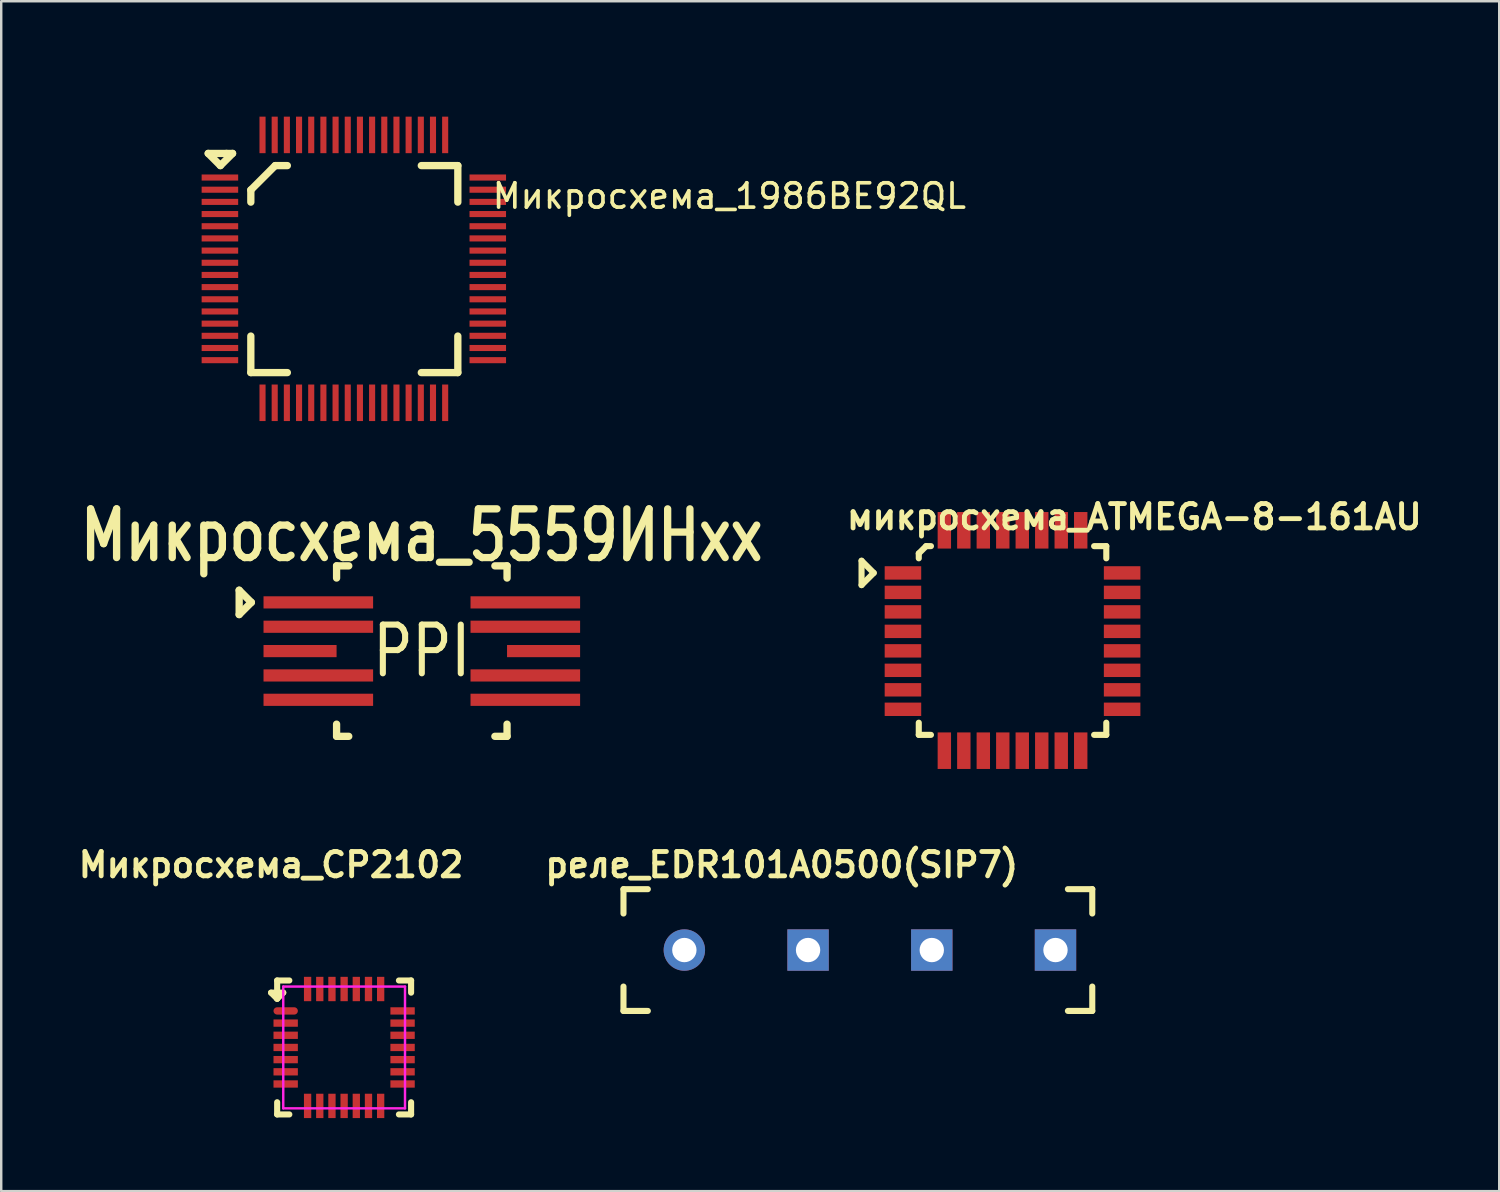
<source format=kicad_pcb>
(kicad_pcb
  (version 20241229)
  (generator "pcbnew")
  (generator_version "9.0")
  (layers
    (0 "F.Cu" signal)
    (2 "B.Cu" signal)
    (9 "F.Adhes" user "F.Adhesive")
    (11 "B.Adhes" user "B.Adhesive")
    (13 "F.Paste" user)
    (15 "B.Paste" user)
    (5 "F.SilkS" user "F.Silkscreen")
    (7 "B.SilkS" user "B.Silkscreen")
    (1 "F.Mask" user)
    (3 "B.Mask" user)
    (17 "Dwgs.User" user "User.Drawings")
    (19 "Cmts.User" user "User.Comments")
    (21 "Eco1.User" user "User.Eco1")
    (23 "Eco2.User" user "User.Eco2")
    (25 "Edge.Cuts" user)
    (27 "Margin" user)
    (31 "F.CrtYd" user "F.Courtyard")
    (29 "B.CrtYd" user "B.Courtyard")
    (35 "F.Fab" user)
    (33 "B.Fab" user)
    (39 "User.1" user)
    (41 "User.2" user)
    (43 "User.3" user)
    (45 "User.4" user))
  (footprint "Микросхема_5559ИНхх"
    (layer "F.Cu")
    (at 12.271 27.186)
    (property "Reference" "Микросхема_5559ИНхх" (at 2 -8.25 180) (layer "F.SilkS") (effects (font (size 2 1.6) (thickness 0.3))))
    (attr through_hole)
    (fp_line (start -5.5 -6) (end -5.5 -5) (stroke (width 0.3) (type solid)) (layer "F.SilkS"))
    (fp_line (start -5 -5.5) (end -5.5 -6) (stroke (width 0.3) (type solid)) (layer "F.SilkS"))
    (fp_line (start -5 -5.5) (end -5.5 -5) (stroke (width 0.3) (type solid)) (layer "F.SilkS"))
    (fp_line (start -1.5 -7) (end -1 -7) (stroke (width 0.3) (type solid)) (layer "F.SilkS"))
    (fp_line (start -1.5 -6.5) (end -1.5 -7) (stroke (width 0.3) (type solid)) (layer "F.SilkS"))
    (fp_line (start -1.5 -0.5) (end -1.5 0) (stroke (width 0.3) (type solid)) (layer "F.SilkS"))
    (fp_line (start -1.5 0) (end -1 0) (stroke (width 0.3) (type solid)) (layer "F.SilkS"))
    (fp_line (start 5 -7) (end 5.5 -7) (stroke (width 0.3) (type solid)) (layer "F.SilkS"))
    (fp_line (start 5.5 -7) (end 5.5 -6.5) (stroke (width 0.3) (type solid)) (layer "F.SilkS"))
    (fp_line (start 5.5 -0.5) (end 5.5 0) (stroke (width 0.3) (type solid)) (layer "F.SilkS"))
    (fp_line (start 5.5 0) (end 5 0) (stroke (width 0.3) (type solid)) (layer "F.SilkS"))
    (fp_text user "PPI" (at 2 -3.5 0) (layer "F.SilkS") (effects (font (size 2 1.6) (thickness 0.25))))
    (pad "" smd rect (at -3 -3.5) (size 3 0.5) (layers "F.Cu" "F.Mask" "F.Paste"))
    (pad "" smd rect (at 7 -3.5) (size 3 0.5) (layers "F.Cu" "F.Mask" "F.Paste"))
    (pad "1" smd rect (at -2.25 -5.5) (size 4.5 0.5) (layers "F.Cu" "F.Mask" "F.Paste"))
    (pad "2" smd rect (at -2.25 -4.5) (size 4.5 0.5) (layers "F.Cu" "F.Mask" "F.Paste"))
    (pad "3" smd rect (at -2.25 -2.5) (size 4.5 0.5) (layers "F.Cu" "F.Mask" "F.Paste"))
    (pad "4" smd rect (at -2.25 -1.5) (size 4.5 0.5) (layers "F.Cu" "F.Mask" "F.Paste"))
    (pad "5" smd rect (at 6.25 -1.5) (size 4.5 0.5) (layers "F.Cu" "F.Mask" "F.Paste"))
    (pad "6" smd rect (at 6.25 -2.5) (size 4.5 0.5) (layers "F.Cu" "F.Mask" "F.Paste"))
    (pad "7" smd rect (at 6.25 -4.5) (size 4.5 0.5) (layers "F.Cu" "F.Mask" "F.Paste"))
    (pad "8" smd rect (at 6.25 -5.5) (size 4.5 0.5) (layers "F.Cu" "F.Mask" "F.Paste")))
  (footprint "микросхема_ATMEGA-8-161AU"
    (layer "F.Cu")
    (at 34.278 20.476)
    (property "Reference" "микросхема_ATMEGA-8-161AU" (at 9.25 -2.3 180) (layer "F.SilkS") (effects (font (size 1 1) (thickness 0.2))))
    (attr through_hole)
    (fp_line (start -1.95 -0.5) (end -1.95 0.5) (stroke (width 0.25) (type solid)) (layer "F.SilkS"))
    (fp_line (start -1.95 -0.5) (end -1.45 0) (stroke (width 0.25) (type solid)) (layer "F.SilkS"))
    (fp_line (start -1.45 0) (end -1.95 0.5) (stroke (width 0.25) (type solid)) (layer "F.SilkS"))
    (fp_line (start 0.4 -0.8) (end 0.4 -0.6) (stroke (width 0.25) (type solid)) (layer "F.SilkS"))
    (fp_line (start 0.4 -0.8) (end 0.7 -1.1) (stroke (width 0.25) (type solid)) (layer "F.SilkS"))
    (fp_line (start 0.4 6.65) (end 0.4 6.15) (stroke (width 0.25) (type solid)) (layer "F.SilkS"))
    (fp_line (start 0.4 6.65) (end 0.9 6.65) (stroke (width 0.25) (type solid)) (layer "F.SilkS"))
    (fp_line (start 0.7 -1.1) (end 0.9 -1.1) (stroke (width 0.25) (type solid)) (layer "F.SilkS"))
    (fp_line (start 8.1 -1.1) (end 7.6 -1.1) (stroke (width 0.25) (type solid)) (layer "F.SilkS"))
    (fp_line (start 8.1 -1.1) (end 8.1 -0.6) (stroke (width 0.25) (type solid)) (layer "F.SilkS"))
    (fp_line (start 8.1 6.65) (end 7.6 6.65) (stroke (width 0.25) (type solid)) (layer "F.SilkS"))
    (fp_line (start 8.1 6.65) (end 8.1 6.15) (stroke (width 0.25) (type solid)) (layer "F.SilkS"))
    (pad "1" smd rect (at -0.25 0) (size 1.5 0.55) (layers "F.Cu" "F.Mask" "F.Paste"))
    (pad "2" smd rect (at -0.25 0.8) (size 1.5 0.55) (layers "F.Cu" "F.Mask" "F.Paste"))
    (pad "3" smd rect (at -0.25 1.6) (size 1.5 0.55) (layers "F.Cu" "F.Mask" "F.Paste"))
    (pad "4" smd rect (at -0.25 2.4) (size 1.5 0.55) (layers "F.Cu" "F.Mask" "F.Paste"))
    (pad "5" smd rect (at -0.25 3.2) (size 1.5 0.55) (layers "F.Cu" "F.Mask" "F.Paste"))
    (pad "6" smd rect (at -0.25 4) (size 1.5 0.55) (layers "F.Cu" "F.Mask" "F.Paste"))
    (pad "7" smd rect (at -0.25 4.8) (size 1.5 0.55) (layers "F.Cu" "F.Mask" "F.Paste"))
    (pad "8" smd rect (at -0.25 5.6) (size 1.5 0.55) (layers "F.Cu" "F.Mask" "F.Paste"))
    (pad "9" smd rect (at 1.45 7.3 90) (size 1.5 0.55) (layers "F.Cu" "F.Mask" "F.Paste"))
    (pad "10" smd rect (at 2.25 7.3 90) (size 1.5 0.55) (layers "F.Cu" "F.Mask" "F.Paste"))
    (pad "11" smd rect (at 3.05 7.3 90) (size 1.5 0.55) (layers "F.Cu" "F.Mask" "F.Paste"))
    (pad "12" smd rect (at 3.85 7.3 90) (size 1.5 0.55) (layers "F.Cu" "F.Mask" "F.Paste"))
    (pad "13" smd rect (at 4.65 7.3 90) (size 1.5 0.55) (layers "F.Cu" "F.Mask" "F.Paste"))
    (pad "14" smd rect (at 5.45 7.3 90) (size 1.5 0.55) (layers "F.Cu" "F.Mask" "F.Paste"))
    (pad "15" smd rect (at 6.25 7.3 90) (size 1.5 0.55) (layers "F.Cu" "F.Mask" "F.Paste"))
    (pad "16" smd rect (at 7.05 7.3 90) (size 1.5 0.55) (layers "F.Cu" "F.Mask" "F.Paste"))
    (pad "17" smd rect (at 8.75 5.6) (size 1.5 0.55) (layers "F.Cu" "F.Mask" "F.Paste"))
    (pad "18" smd rect (at 8.75 4.8) (size 1.5 0.55) (layers "F.Cu" "F.Mask" "F.Paste"))
    (pad "19" smd rect (at 8.75 4) (size 1.5 0.55) (layers "F.Cu" "F.Mask" "F.Paste"))
    (pad "20" smd rect (at 8.75 3.2) (size 1.5 0.55) (layers "F.Cu" "F.Mask" "F.Paste"))
    (pad "21" smd rect (at 8.75 2.4) (size 1.5 0.55) (layers "F.Cu" "F.Mask" "F.Paste"))
    (pad "22" smd rect (at 8.75 1.6) (size 1.5 0.55) (layers "F.Cu" "F.Mask" "F.Paste"))
    (pad "23" smd rect (at 8.75 0.8) (size 1.5 0.55) (layers "F.Cu" "F.Mask" "F.Paste"))
    (pad "24" smd rect (at 8.75 0) (size 1.5 0.55) (layers "F.Cu" "F.Mask" "F.Paste"))
    (pad "25" smd rect (at 7.05 -1.75 90) (size 1.5 0.55) (layers "F.Cu" "F.Mask" "F.Paste"))
    (pad "26" smd rect (at 6.25 -1.75 90) (size 1.5 0.55) (layers "F.Cu" "F.Mask" "F.Paste"))
    (pad "27" smd rect (at 5.45 -1.75 90) (size 1.5 0.55) (layers "F.Cu" "F.Mask" "F.Paste"))
    (pad "28" smd rect (at 4.65 -1.75 90) (size 1.5 0.55) (layers "F.Cu" "F.Mask" "F.Paste"))
    (pad "29" smd rect (at 3.85 -1.75 90) (size 1.5 0.55) (layers "F.Cu" "F.Mask" "F.Paste"))
    (pad "30" smd rect (at 3.05 -1.75 90) (size 1.5 0.55) (layers "F.Cu" "F.Mask" "F.Paste"))
    (pad "31" smd rect (at 2.25 -1.75 90) (size 1.5 0.55) (layers "F.Cu" "F.Mask" "F.Paste"))
    (pad "32" smd rect (at 1.45 -1.75 90) (size 1.5 0.55) (layers "F.Cu" "F.Mask" "F.Paste")))
  (footprint "Микросхема_CP2102"
    (layer "F.Cu")
    (at 8.581 37.462)
    (property "Reference" "Микросхема_CP2102" (at -0.5 -5 0) (layer "F.SilkS") (effects (font (size 1 1) (thickness 0.2))))
    (attr through_hole)
    (fp_line (start -0.5 0.25) (end -0.25 0.25) (stroke (width 0.25) (type solid)) (layer "F.SilkS"))
    (fp_line (start -0.25 -0.25) (end -0.25 0.25) (stroke (width 0.25) (type solid)) (layer "F.SilkS"))
    (fp_line (start -0.25 -0.25) (end 0.25 -0.25) (stroke (width 0.25) (type solid)) (layer "F.SilkS"))
    (fp_line (start -0.25 0.25) (end -0.25 0.5) (stroke (width 0.25) (type solid)) (layer "F.SilkS"))
    (fp_line (start -0.25 0.5) (end -0.5 0.25) (stroke (width 0.25) (type solid)) (layer "F.SilkS"))
    (fp_line (start -0.25 0.5) (end 0 0.25) (stroke (width 0.25) (type solid)) (layer "F.SilkS"))
    (fp_line (start -0.25 5.25) (end -0.25 4.75) (stroke (width 0.25) (type solid)) (layer "F.SilkS"))
    (fp_line (start 0 0.25) (end -0.25 0.25) (stroke (width 0.25) (type solid)) (layer "F.SilkS"))
    (fp_line (start 0.25 5.25) (end -0.25 5.25) (stroke (width 0.25) (type solid)) (layer "F.SilkS"))
    (fp_line (start 4.75 -0.25) (end 5.25 -0.25) (stroke (width 0.25) (type solid)) (layer "F.SilkS"))
    (fp_line (start 4.75 5.25) (end 5.25 5.25) (stroke (width 0.25) (type solid)) (layer "F.SilkS"))
    (fp_line (start 5.25 -0.25) (end 5.25 0.25) (stroke (width 0.25) (type solid)) (layer "F.SilkS"))
    (fp_line (start 5.25 5.25) (end 5.25 4.75) (stroke (width 0.25) (type solid)) (layer "F.SilkS"))
    (fp_line (start 0 0) (end 5 0) (stroke (width 0.1) (type solid)) (layer "F.CrtYd"))
    (fp_line (start 0 5) (end 0 0) (stroke (width 0.1) (type solid)) (layer "F.CrtYd"))
    (fp_line (start 5 0) (end 5 5) (stroke (width 0.1) (type solid)) (layer "F.CrtYd"))
    (fp_line (start 5 5) (end 0 5) (stroke (width 0.1) (type solid)) (layer "F.CrtYd"))
    (pad "1" smd oval (at 0.1 1 90) (size 0.3 1) (layers "F.Cu" "F.Mask" "F.Paste"))
    (pad "2" smd rect (at 0.1 1.5 90) (size 0.3 1) (layers "F.Cu" "F.Mask" "F.Paste"))
    (pad "3" smd rect (at 0.1 2 90) (size 0.3 1) (layers "F.Cu" "F.Mask" "F.Paste"))
    (pad "4" smd rect (at 0.1 2.5 90) (size 0.3 1) (layers "F.Cu" "F.Mask" "F.Paste"))
    (pad "5" smd rect (at 0.1 3 90) (size 0.3 1) (layers "F.Cu" "F.Mask" "F.Paste"))
    (pad "6" smd rect (at 0.1 3.5 90) (size 0.3 1) (layers "F.Cu" "F.Mask" "F.Paste"))
    (pad "7" smd rect (at 0.1 4 90) (size 0.3 1) (layers "F.Cu" "F.Mask" "F.Paste"))
    (pad "8" smd rect (at 1 4.9) (size 0.3 1) (layers "F.Cu" "F.Mask" "F.Paste"))
    (pad "9" smd rect (at 1.5 4.9) (size 0.3 1) (layers "F.Cu" "F.Mask" "F.Paste"))
    (pad "10" smd rect (at 2 4.9) (size 0.3 1) (layers "F.Cu" "F.Mask" "F.Paste"))
    (pad "11" smd rect (at 2.5 4.9) (size 0.3 1) (layers "F.Cu" "F.Mask" "F.Paste"))
    (pad "12" smd rect (at 3 4.9) (size 0.3 1) (layers "F.Cu" "F.Mask" "F.Paste"))
    (pad "13" smd rect (at 3.5 4.9) (size 0.3 1) (layers "F.Cu" "F.Mask" "F.Paste"))
    (pad "14" smd rect (at 4 4.9) (size 0.3 1) (layers "F.Cu" "F.Mask" "F.Paste"))
    (pad "15" smd rect (at 4.9 4 90) (size 0.3 1) (layers "F.Cu" "F.Mask" "F.Paste"))
    (pad "16" smd rect (at 4.9 3.5 90) (size 0.3 1) (layers "F.Cu" "F.Mask" "F.Paste"))
    (pad "17" smd rect (at 4.9 3 90) (size 0.3 1) (layers "F.Cu" "F.Mask" "F.Paste"))
    (pad "18" smd rect (at 4.9 2.5 90) (size 0.3 1) (layers "F.Cu" "F.Mask" "F.Paste"))
    (pad "19" smd rect (at 4.9 2 90) (size 0.3 1) (layers "F.Cu" "F.Mask" "F.Paste"))
    (pad "20" smd rect (at 4.9 1.5 90) (size 0.3 1) (layers "F.Cu" "F.Mask" "F.Paste"))
    (pad "21" smd rect (at 4.9 1 90) (size 0.3 1) (layers "F.Cu" "F.Mask" "F.Paste"))
    (pad "22" smd rect (at 4 0.1) (size 0.3 1) (layers "F.Cu" "F.Mask" "F.Paste"))
    (pad "23" smd rect (at 3.5 0.1) (size 0.3 1) (layers "F.Cu" "F.Mask" "F.Paste"))
    (pad "24" smd rect (at 3 0.1) (size 0.3 1) (layers "F.Cu" "F.Mask" "F.Paste"))
    (pad "25" smd rect (at 2.5 0.1) (size 0.3 1) (layers "F.Cu" "F.Mask" "F.Paste"))
    (pad "26" smd rect (at 2 0.1) (size 0.3 1) (layers "F.Cu" "F.Mask" "F.Paste"))
    (pad "27" smd rect (at 1.5 0.1) (size 0.3 1) (layers "F.Cu" "F.Mask" "F.Paste"))
    (pad "28" smd rect (at 1 0.1) (size 0.3 1) (layers "F.Cu" "F.Mask" "F.Paste")))
  (footprint "Микросхема_1986ВЕ92QL"
    (layer "F.Cu")
    (at 0.25 0.25)
    (property "Reference" "Микросхема_1986ВЕ92QL" (at 26.65 4.75 0) (layer "F.SilkS") (effects (font (size 1 1) (thickness 0.15))))
    (attr through_hole)
    (fp_line (start 5.25 3) (end 6 3) (stroke (width 0.3) (type solid)) (layer "F.SilkS"))
    (fp_line (start 5.75 3.5) (end 5.25 3) (stroke (width 0.3) (type solid)) (layer "F.SilkS"))
    (fp_line (start 6 3) (end 6.25 3) (stroke (width 0.3) (type solid)) (layer "F.SilkS"))
    (fp_line (start 6.25 3) (end 5.75 3.5) (stroke (width 0.3) (type solid)) (layer "F.SilkS"))
    (fp_line (start 7 4.5) (end 7 5) (stroke (width 0.3) (type solid)) (layer "F.SilkS"))
    (fp_line (start 7 4.5) (end 8 3.5) (stroke (width 0.3) (type solid)) (layer "F.SilkS"))
    (fp_line (start 7 12) (end 7 10.5) (stroke (width 0.3) (type solid)) (layer "F.SilkS"))
    (fp_line (start 7 12) (end 8.5 12) (stroke (width 0.3) (type solid)) (layer "F.SilkS"))
    (fp_line (start 8 3.5) (end 8.5 3.5) (stroke (width 0.3) (type solid)) (layer "F.SilkS"))
    (fp_line (start 15.5 3.5) (end 14 3.5) (stroke (width 0.3) (type solid)) (layer "F.SilkS"))
    (fp_line (start 15.5 3.5) (end 15.5 5) (stroke (width 0.3) (type solid)) (layer "F.SilkS"))
    (fp_line (start 15.5 12) (end 14 12) (stroke (width 0.3) (type solid)) (layer "F.SilkS"))
    (fp_line (start 15.5 12) (end 15.5 10.5) (stroke (width 0.3) (type solid)) (layer "F.SilkS"))
    (pad "1" smd rect (at 5.73 3.99) (size 1.5 0.25) (layers "F.Cu" "F.Mask" "F.Paste"))
    (pad "2" smd rect (at 5.73 4.49) (size 1.5 0.25) (layers "F.Cu" "F.Mask" "F.Paste"))
    (pad "3" smd rect (at 5.73 4.99) (size 1.5 0.25) (layers "F.Cu" "F.Mask" "F.Paste"))
    (pad "4" smd rect (at 5.73 5.49) (size 1.5 0.25) (layers "F.Cu" "F.Mask" "F.Paste"))
    (pad "5" smd rect (at 5.73 5.99) (size 1.5 0.25) (layers "F.Cu" "F.Mask" "F.Paste"))
    (pad "6" smd rect (at 5.73 6.49) (size 1.5 0.25) (layers "F.Cu" "F.Mask" "F.Paste"))
    (pad "7" smd rect (at 5.73 6.99) (size 1.5 0.25) (layers "F.Cu" "F.Mask" "F.Paste"))
    (pad "8" smd rect (at 5.73 7.49) (size 1.5 0.25) (layers "F.Cu" "F.Mask" "F.Paste"))
    (pad "9" smd rect (at 5.73 7.99) (size 1.5 0.25) (layers "F.Cu" "F.Mask" "F.Paste"))
    (pad "10" smd rect (at 5.73 8.49) (size 1.5 0.25) (layers "F.Cu" "F.Mask" "F.Paste"))
    (pad "11" smd rect (at 5.73 8.99) (size 1.5 0.25) (layers "F.Cu" "F.Mask" "F.Paste"))
    (pad "12" smd rect (at 5.73 9.49) (size 1.5 0.25) (layers "F.Cu" "F.Mask" "F.Paste"))
    (pad "13" smd rect (at 5.73 9.99) (size 1.5 0.25) (layers "F.Cu" "F.Mask" "F.Paste"))
    (pad "14" smd rect (at 5.73 10.49) (size 1.5 0.25) (layers "F.Cu" "F.Mask" "F.Paste"))
    (pad "15" smd rect (at 5.73 10.99) (size 1.5 0.25) (layers "F.Cu" "F.Mask" "F.Paste"))
    (pad "16" smd rect (at 5.73 11.49) (size 1.5 0.25) (layers "F.Cu" "F.Mask" "F.Paste"))
    (pad "17" smd rect (at 7.48 13.24) (size 0.25 1.5) (layers "F.Cu" "F.Mask" "F.Paste"))
    (pad "18" smd rect (at 7.98 13.24) (size 0.25 1.5) (layers "F.Cu" "F.Mask" "F.Paste"))
    (pad "19" smd rect (at 8.48 13.24) (size 0.25 1.5) (layers "F.Cu" "F.Mask" "F.Paste"))
    (pad "20" smd rect (at 8.98 13.24) (size 0.25 1.5) (layers "F.Cu" "F.Mask" "F.Paste"))
    (pad "21" smd rect (at 9.48 13.24) (size 0.25 1.5) (layers "F.Cu" "F.Mask" "F.Paste"))
    (pad "22" smd rect (at 9.98 13.24) (size 0.25 1.5) (layers "F.Cu" "F.Mask" "F.Paste"))
    (pad "23" smd rect (at 10.48 13.24) (size 0.25 1.5) (layers "F.Cu" "F.Mask" "F.Paste"))
    (pad "24" smd rect (at 10.98 13.24) (size 0.25 1.5) (layers "F.Cu" "F.Mask" "F.Paste"))
    (pad "25" smd rect (at 11.48 13.24) (size 0.25 1.5) (layers "F.Cu" "F.Mask" "F.Paste"))
    (pad "26" smd rect (at 11.98 13.24) (size 0.25 1.5) (layers "F.Cu" "F.Mask" "F.Paste"))
    (pad "27" smd rect (at 12.48 13.24) (size 0.25 1.5) (layers "F.Cu" "F.Mask" "F.Paste"))
    (pad "28" smd rect (at 12.98 13.24) (size 0.25 1.5) (layers "F.Cu" "F.Mask" "F.Paste"))
    (pad "29" smd rect (at 13.48 13.24) (size 0.25 1.5) (layers "F.Cu" "F.Mask" "F.Paste"))
    (pad "30" smd rect (at 13.98 13.24) (size 0.25 1.5) (layers "F.Cu" "F.Mask" "F.Paste"))
    (pad "31" smd rect (at 14.48 13.24) (size 0.25 1.5) (layers "F.Cu" "F.Mask" "F.Paste"))
    (pad "32" smd rect (at 14.98 13.24) (size 0.25 1.5) (layers "F.Cu" "F.Mask" "F.Paste"))
    (pad "33" smd rect (at 16.73 11.49) (size 1.5 0.25) (layers "F.Cu" "F.Mask" "F.Paste"))
    (pad "34" smd rect (at 16.73 10.99) (size 1.5 0.25) (layers "F.Cu" "F.Mask" "F.Paste"))
    (pad "35" smd rect (at 16.73 10.49) (size 1.5 0.25) (layers "F.Cu" "F.Mask" "F.Paste"))
    (pad "36" smd rect (at 16.73 9.99) (size 1.5 0.25) (layers "F.Cu" "F.Mask" "F.Paste"))
    (pad "37" smd rect (at 16.73 9.49) (size 1.5 0.25) (layers "F.Cu" "F.Mask" "F.Paste"))
    (pad "38" smd rect (at 16.73 8.99) (size 1.5 0.25) (layers "F.Cu" "F.Mask" "F.Paste"))
    (pad "39" smd rect (at 16.73 8.49) (size 1.5 0.25) (layers "F.Cu" "F.Mask" "F.Paste"))
    (pad "40" smd rect (at 16.73 7.99) (size 1.5 0.25) (layers "F.Cu" "F.Mask" "F.Paste"))
    (pad "41" smd rect (at 16.73 7.49) (size 1.5 0.25) (layers "F.Cu" "F.Mask" "F.Paste"))
    (pad "42" smd rect (at 16.73 6.99) (size 1.5 0.25) (layers "F.Cu" "F.Mask" "F.Paste"))
    (pad "43" smd rect (at 16.73 6.49) (size 1.5 0.25) (layers "F.Cu" "F.Mask" "F.Paste"))
    (pad "44" smd rect (at 16.73 5.99) (size 1.5 0.25) (layers "F.Cu" "F.Mask" "F.Paste"))
    (pad "45" smd rect (at 16.73 5.49) (size 1.5 0.25) (layers "F.Cu" "F.Mask" "F.Paste"))
    (pad "46" smd rect (at 16.73 4.99) (size 1.5 0.25) (layers "F.Cu" "F.Mask" "F.Paste"))
    (pad "47" smd rect (at 16.73 4.49) (size 1.5 0.25) (layers "F.Cu" "F.Mask" "F.Paste"))
    (pad "48" smd rect (at 16.73 3.99) (size 1.5 0.25) (layers "F.Cu" "F.Mask" "F.Paste"))
    (pad "49" smd rect (at 14.98 2.24) (size 0.25 1.5) (layers "F.Cu" "F.Mask" "F.Paste"))
    (pad "50" smd rect (at 14.48 2.24) (size 0.25 1.5) (layers "F.Cu" "F.Mask" "F.Paste"))
    (pad "51" smd rect (at 13.98 2.24) (size 0.25 1.5) (layers "F.Cu" "F.Mask" "F.Paste"))
    (pad "52" smd rect (at 13.48 2.24) (size 0.25 1.5) (layers "F.Cu" "F.Mask" "F.Paste"))
    (pad "53" smd rect (at 12.98 2.24) (size 0.25 1.5) (layers "F.Cu" "F.Mask" "F.Paste"))
    (pad "54" smd rect (at 12.48 2.24) (size 0.25 1.5) (layers "F.Cu" "F.Mask" "F.Paste"))
    (pad "55" smd rect (at 11.98 2.24) (size 0.25 1.5) (layers "F.Cu" "F.Mask" "F.Paste"))
    (pad "56" smd rect (at 11.48 2.24) (size 0.25 1.5) (layers "F.Cu" "F.Mask" "F.Paste"))
    (pad "57" smd rect (at 10.98 2.24) (size 0.25 1.5) (layers "F.Cu" "F.Mask" "F.Paste"))
    (pad "58" smd rect (at 10.48 2.24) (size 0.25 1.5) (layers "F.Cu" "F.Mask" "F.Paste"))
    (pad "59" smd rect (at 9.98 2.24) (size 0.25 1.5) (layers "F.Cu" "F.Mask" "F.Paste"))
    (pad "60" smd rect (at 9.48 2.24) (size 0.25 1.5) (layers "F.Cu" "F.Mask" "F.Paste"))
    (pad "61" smd rect (at 8.98 2.24) (size 0.25 1.5) (layers "F.Cu" "F.Mask" "F.Paste"))
    (pad "62" smd rect (at 8.48 2.24) (size 0.25 1.5) (layers "F.Cu" "F.Mask" "F.Paste"))
    (pad "63" smd rect (at 7.98 2.24) (size 0.25 1.5) (layers "F.Cu" "F.Mask" "F.Paste"))
    (pad "64" smd rect (at 7.48 2.24) (size 0.25 1.5) (layers "F.Cu" "F.Mask" "F.Paste")))
  (footprint "реле_EDR101A0500(SIP7)"
    (layer "F.Cu")
    (at 25.052 35.962)
    (property "Reference" "реле_EDR101A0500(SIP7)" (at 4 -3.5 0) (layer "F.SilkS") (effects (font (size 1 1) (thickness 0.2))))
    (attr through_hole)
    (fp_line (start -2.5 -2.5) (end -2.5 -1.5) (stroke (width 0.25) (type solid)) (layer "F.SilkS"))
    (fp_line (start -2.5 -2.5) (end -1.5 -2.5) (stroke (width 0.25) (type solid)) (layer "F.SilkS"))
    (fp_line (start -2.5 2.5) (end -2.5 1.5) (stroke (width 0.25) (type solid)) (layer "F.SilkS"))
    (fp_line (start -2.5 2.5) (end -1.5 2.5) (stroke (width 0.25) (type solid)) (layer "F.SilkS"))
    (fp_line (start 16.75 -2.5) (end 15.75 -2.5) (stroke (width 0.25) (type solid)) (layer "F.SilkS"))
    (fp_line (start 16.75 -2.5) (end 16.75 -1.5) (stroke (width 0.25) (type solid)) (layer "F.SilkS"))
    (fp_line (start 16.75 2.5) (end 15.75 2.5) (stroke (width 0.25) (type solid)) (layer "F.SilkS"))
    (fp_line (start 16.75 2.5) (end 16.75 1.5) (stroke (width 0.25) (type solid)) (layer "F.SilkS"))
    (pad "1" thru_hole circle (at 0 0) (size 1.7 1.7) (drill 1) (layers "*.Cu" "*.Mask"))
    (pad "3" thru_hole rect (at 5.08 0) (size 1.7 1.7) (drill 1) (layers "*.Cu" "*.Mask"))
    (pad "5" thru_hole rect (at 10.16 0) (size 1.7 1.7) (drill 1) (layers "*.Cu" "*.Mask"))
    (pad "7" thru_hole rect (at 15.24 0) (size 1.7 1.7) (drill 1) (layers "*.Cu" "*.Mask")))
  (gr_rect
    (start -3 -3)
    (end 58.513 45.862)
    (stroke (width 0.1) (type default))
    (fill no)
    (layer "Edge.Cuts")))
</source>
